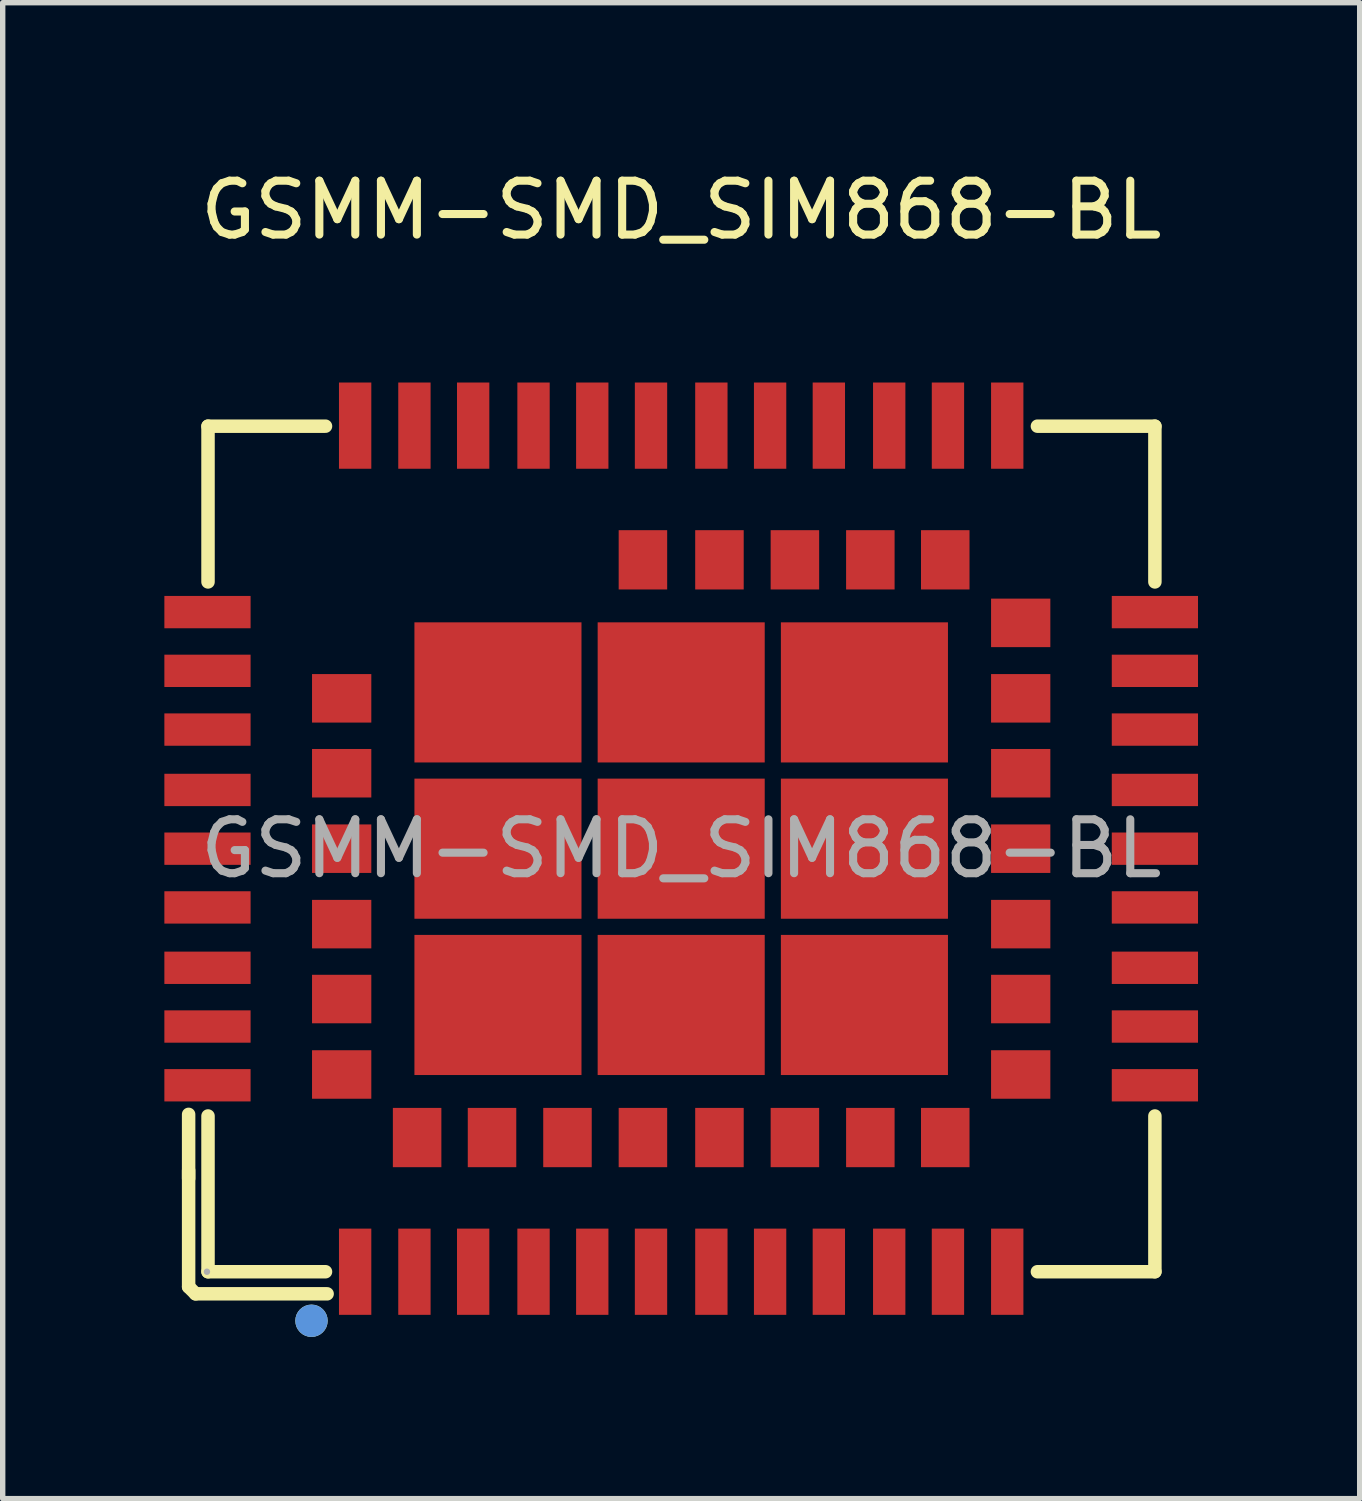
<source format=kicad_pcb>
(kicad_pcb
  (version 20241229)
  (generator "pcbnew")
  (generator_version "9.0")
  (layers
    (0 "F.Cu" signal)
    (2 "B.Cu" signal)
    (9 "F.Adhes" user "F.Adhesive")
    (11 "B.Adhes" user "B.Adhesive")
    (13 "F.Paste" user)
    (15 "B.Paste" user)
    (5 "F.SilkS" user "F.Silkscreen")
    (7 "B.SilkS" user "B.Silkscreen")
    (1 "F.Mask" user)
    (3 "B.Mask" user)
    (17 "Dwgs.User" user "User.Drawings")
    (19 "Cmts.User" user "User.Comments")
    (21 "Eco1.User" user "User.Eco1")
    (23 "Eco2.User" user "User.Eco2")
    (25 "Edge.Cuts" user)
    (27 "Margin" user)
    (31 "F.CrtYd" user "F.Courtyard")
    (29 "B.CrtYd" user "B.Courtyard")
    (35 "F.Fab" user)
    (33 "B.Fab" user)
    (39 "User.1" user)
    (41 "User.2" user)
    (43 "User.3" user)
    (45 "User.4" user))
  (footprint "GSMM-SMD_SIM868-BL"
    (layer "F.Cu")
    (at 9.59 12.698)
    (property "Reference" "GSMM-SMD_SIM868-BL" (at 0 -11.85 0) (layer "F.SilkS") (effects (font (size 1 1) (thickness 0.15))))
    (attr through_hole)
    (fp_line (start -9.14 5.97) (end -9.14 8.13) (stroke (width 0.25) (type solid)) (layer "F.SilkS"))
    (fp_line (start -9.14 6.12) (end -9.14 4.93) (stroke (width 0.25) (type solid)) (layer "F.SilkS"))
    (fp_line (start -9.14 8.13) (end -9.01 8.26) (stroke (width 0.25) (type solid)) (layer "F.SilkS"))
    (fp_line (start -9.01 8.26) (end -6.57 8.26) (stroke (width 0.25) (type solid)) (layer "F.SilkS"))
    (fp_line (start -8.78 -7.84) (end -6.6 -7.84) (stroke (width 0.25) (type solid)) (layer "F.SilkS"))
    (fp_line (start -8.78 -4.95) (end -8.78 -7.84) (stroke (width 0.25) (type solid)) (layer "F.SilkS"))
    (fp_line (start -8.78 7.85) (end -8.78 4.96) (stroke (width 0.25) (type solid)) (layer "F.SilkS"))
    (fp_line (start -6.6 7.85) (end -8.78 7.85) (stroke (width 0.25) (type solid)) (layer "F.SilkS"))
    (fp_line (start 6.61 7.85) (end 8.79 7.85) (stroke (width 0.25) (type solid)) (layer "F.SilkS"))
    (fp_line (start 8.79 -7.84) (end 6.61 -7.84) (stroke (width 0.25) (type solid)) (layer "F.SilkS"))
    (fp_line (start 8.79 -4.95) (end 8.79 -7.84) (stroke (width 0.25) (type solid)) (layer "F.SilkS"))
    (fp_line (start 8.79 7.85) (end 8.79 4.96) (stroke (width 0.25) (type solid)) (layer "F.SilkS"))
    (fp_circle (center -6.86 8.76) (end -6.71 8.76) (stroke (width 0.3) (type solid)) (fill no) (layer "F.SilkS"))
    (fp_circle (center -6.86 8.76) (end -6.71 8.76) (stroke (width 0.3) (type solid)) (fill no) (layer "Cmts.User"))
    (fp_circle (center -8.8 7.85) (end -8.77 7.85) (stroke (width 0.06) (type solid)) (fill no) (layer "F.Fab"))
    (fp_text user "${REFERENCE}" (at 0 0 0) (layer "F.Fab") (effects (font (size 1 1) (thickness 0.15))))
    (pad "1" smd rect (at -6.05 7.85 90) (size 1.6 0.6) (layers "F.Cu" "F.Mask" "F.Paste"))
    (pad "2" smd rect (at -4.95 7.85 90) (size 1.6 0.6) (layers "F.Cu" "F.Mask" "F.Paste"))
    (pad "3" smd rect (at -3.86 7.85 90) (size 1.6 0.6) (layers "F.Cu" "F.Mask" "F.Paste"))
    (pad "4" smd rect (at -2.74 7.85 90) (size 1.6 0.6) (layers "F.Cu" "F.Mask" "F.Paste"))
    (pad "5" smd rect (at -1.65 7.85 90) (size 1.6 0.6) (layers "F.Cu" "F.Mask" "F.Paste"))
    (pad "6" smd rect (at -0.56 7.85 90) (size 1.6 0.6) (layers "F.Cu" "F.Mask" "F.Paste"))
    (pad "7" smd rect (at 0.56 7.85 90) (size 1.6 0.6) (layers "F.Cu" "F.Mask" "F.Paste"))
    (pad "8" smd rect (at 1.65 7.85 90) (size 1.6 0.6) (layers "F.Cu" "F.Mask" "F.Paste"))
    (pad "9" smd rect (at 2.74 7.85 90) (size 1.6 0.6) (layers "F.Cu" "F.Mask" "F.Paste"))
    (pad "10" smd rect (at 3.86 7.85 90) (size 1.6 0.6) (layers "F.Cu" "F.Mask" "F.Paste"))
    (pad "11" smd rect (at 4.95 7.85 90) (size 1.6 0.6) (layers "F.Cu" "F.Mask" "F.Paste"))
    (pad "12" smd rect (at 6.05 7.85 90) (size 1.6 0.6) (layers "F.Cu" "F.Mask" "F.Paste"))
    (pad "13" smd rect (at 8.79 4.39 180) (size 1.6 0.6) (layers "F.Cu" "F.Mask" "F.Paste"))
    (pad "14" smd rect (at 8.79 3.3 180) (size 1.6 0.6) (layers "F.Cu" "F.Mask" "F.Paste"))
    (pad "15" smd rect (at 8.79 2.21 180) (size 1.6 0.6) (layers "F.Cu" "F.Mask" "F.Paste"))
    (pad "16" smd rect (at 8.79 1.09 180) (size 1.6 0.6) (layers "F.Cu" "F.Mask" "F.Paste"))
    (pad "17" smd rect (at 8.79 0 180) (size 1.6 0.6) (layers "F.Cu" "F.Mask" "F.Paste"))
    (pad "18" smd rect (at 8.79 -1.09 180) (size 1.6 0.6) (layers "F.Cu" "F.Mask" "F.Paste"))
    (pad "19" smd rect (at 8.79 -2.21 180) (size 1.6 0.6) (layers "F.Cu" "F.Mask" "F.Paste"))
    (pad "20" smd rect (at 8.79 -3.3 180) (size 1.6 0.6) (layers "F.Cu" "F.Mask" "F.Paste"))
    (pad "21" smd rect (at 8.79 -4.39 180) (size 1.6 0.6) (layers "F.Cu" "F.Mask" "F.Paste"))
    (pad "22" smd rect (at 6.05 -7.85 270) (size 1.6 0.6) (layers "F.Cu" "F.Mask" "F.Paste"))
    (pad "23" smd rect (at 4.95 -7.85 270) (size 1.6 0.6) (layers "F.Cu" "F.Mask" "F.Paste"))
    (pad "24" smd rect (at 3.86 -7.85 270) (size 1.6 0.6) (layers "F.Cu" "F.Mask" "F.Paste"))
    (pad "25" smd rect (at 2.74 -7.85 270) (size 1.6 0.6) (layers "F.Cu" "F.Mask" "F.Paste"))
    (pad "26" smd rect (at 1.65 -7.85 270) (size 1.6 0.6) (layers "F.Cu" "F.Mask" "F.Paste"))
    (pad "27" smd rect (at 0.56 -7.85 270) (size 1.6 0.6) (layers "F.Cu" "F.Mask" "F.Paste"))
    (pad "28" smd rect (at -0.56 -7.85 270) (size 1.6 0.6) (layers "F.Cu" "F.Mask" "F.Paste"))
    (pad "29" smd rect (at -1.65 -7.85 270) (size 1.6 0.6) (layers "F.Cu" "F.Mask" "F.Paste"))
    (pad "30" smd rect (at -2.74 -7.85 270) (size 1.6 0.6) (layers "F.Cu" "F.Mask" "F.Paste"))
    (pad "31" smd rect (at -3.86 -7.85 270) (size 1.6 0.6) (layers "F.Cu" "F.Mask" "F.Paste"))
    (pad "32" smd rect (at -4.95 -7.85 270) (size 1.6 0.6) (layers "F.Cu" "F.Mask" "F.Paste"))
    (pad "33" smd rect (at -6.05 -7.85 270) (size 1.6 0.6) (layers "F.Cu" "F.Mask" "F.Paste"))
    (pad "34" smd rect (at -8.79 -4.39) (size 1.6 0.6) (layers "F.Cu" "F.Mask" "F.Paste"))
    (pad "35" smd rect (at -8.79 -3.3) (size 1.6 0.6) (layers "F.Cu" "F.Mask" "F.Paste"))
    (pad "36" smd rect (at -8.79 -2.21) (size 1.6 0.6) (layers "F.Cu" "F.Mask" "F.Paste"))
    (pad "37" smd rect (at -8.79 -1.09) (size 1.6 0.6) (layers "F.Cu" "F.Mask" "F.Paste"))
    (pad "38" smd rect (at -8.79 0) (size 1.6 0.6) (layers "F.Cu" "F.Mask" "F.Paste"))
    (pad "39" smd rect (at -8.79 1.09) (size 1.6 0.6) (layers "F.Cu" "F.Mask" "F.Paste"))
    (pad "40" smd rect (at -8.79 2.21) (size 1.6 0.6) (layers "F.Cu" "F.Mask" "F.Paste"))
    (pad "41" smd rect (at -8.79 3.3) (size 1.6 0.6) (layers "F.Cu" "F.Mask" "F.Paste"))
    (pad "42" smd rect (at -8.79 4.39) (size 1.6 0.6) (layers "F.Cu" "F.Mask" "F.Paste"))
    (pad "43" smd rect (at -4.9 5.36 90) (size 1.1 0.9) (layers "F.Cu" "F.Mask" "F.Paste"))
    (pad "44" smd rect (at -3.51 5.36 90) (size 1.1 0.9) (layers "F.Cu" "F.Mask" "F.Paste"))
    (pad "45" smd rect (at -2.11 5.36 90) (size 1.1 0.9) (layers "F.Cu" "F.Mask" "F.Paste"))
    (pad "46" smd rect (at -0.71 5.36 90) (size 1.1 0.9) (layers "F.Cu" "F.Mask" "F.Paste"))
    (pad "47" smd rect (at 0.71 5.36 90) (size 1.1 0.9) (layers "F.Cu" "F.Mask" "F.Paste"))
    (pad "48" smd rect (at 2.11 5.36 90) (size 1.1 0.9) (layers "F.Cu" "F.Mask" "F.Paste"))
    (pad "49" smd rect (at 3.51 5.36 90) (size 1.1 0.9) (layers "F.Cu" "F.Mask" "F.Paste"))
    (pad "50" smd rect (at 4.9 5.36 90) (size 1.1 0.9) (layers "F.Cu" "F.Mask" "F.Paste"))
    (pad "51" smd rect (at 6.3 4.19 180) (size 1.1 0.9) (layers "F.Cu" "F.Mask" "F.Paste"))
    (pad "52" smd rect (at 6.3 2.79 180) (size 1.1 0.9) (layers "F.Cu" "F.Mask" "F.Paste"))
    (pad "53" smd rect (at 6.3 1.4 180) (size 1.1 0.9) (layers "F.Cu" "F.Mask" "F.Paste"))
    (pad "54" smd rect (at 6.3 0 180) (size 1.1 0.9) (layers "F.Cu" "F.Mask" "F.Paste"))
    (pad "55" smd rect (at 6.3 -1.4 180) (size 1.1 0.9) (layers "F.Cu" "F.Mask" "F.Paste"))
    (pad "56" smd rect (at 6.3 -2.79 180) (size 1.1 0.9) (layers "F.Cu" "F.Mask" "F.Paste"))
    (pad "57" smd rect (at 6.3 -4.19 180) (size 1.1 0.9) (layers "F.Cu" "F.Mask" "F.Paste"))
    (pad "58" smd rect (at 4.9 -5.36 270) (size 1.1 0.9) (layers "F.Cu" "F.Mask" "F.Paste"))
    (pad "59" smd rect (at 3.51 -5.36 270) (size 1.1 0.9) (layers "F.Cu" "F.Mask" "F.Paste"))
    (pad "60" smd rect (at 2.11 -5.36 270) (size 1.1 0.9) (layers "F.Cu" "F.Mask" "F.Paste"))
    (pad "61" smd rect (at 0.71 -5.36 270) (size 1.1 0.9) (layers "F.Cu" "F.Mask" "F.Paste"))
    (pad "62" smd rect (at -0.71 -5.36 270) (size 1.1 0.9) (layers "F.Cu" "F.Mask" "F.Paste"))
    (pad "63" smd rect (at -6.3 -2.79) (size 1.1 0.9) (layers "F.Cu" "F.Mask" "F.Paste"))
    (pad "64" smd rect (at -6.3 -1.4) (size 1.1 0.9) (layers "F.Cu" "F.Mask" "F.Paste"))
    (pad "65" smd rect (at -6.3 0) (size 1.1 0.9) (layers "F.Cu" "F.Mask" "F.Paste"))
    (pad "66" smd rect (at -6.3 1.4) (size 1.1 0.9) (layers "F.Cu" "F.Mask" "F.Paste"))
    (pad "67" smd rect (at -6.3 2.79) (size 1.1 0.9) (layers "F.Cu" "F.Mask" "F.Paste"))
    (pad "68" smd rect (at -6.3 4.19) (size 1.1 0.9) (layers "F.Cu" "F.Mask" "F.Paste"))
    (pad "69" smd rect (at -3.4 2.9 90) (size 2.6 3.1) (layers "F.Cu" "F.Mask" "F.Paste"))
    (pad "70" smd rect (at 0 2.9 90) (size 2.6 3.1) (layers "F.Cu" "F.Mask" "F.Paste"))
    (pad "71" smd rect (at 3.4 2.9 90) (size 2.6 3.1) (layers "F.Cu" "F.Mask" "F.Paste"))
    (pad "72" smd rect (at 3.4 0 90) (size 2.6 3.1) (layers "F.Cu" "F.Mask" "F.Paste"))
    (pad "73" smd rect (at 3.4 -2.9 90) (size 2.6 3.1) (layers "F.Cu" "F.Mask" "F.Paste"))
    (pad "74" smd rect (at 0 -2.9 90) (size 2.6 3.1) (layers "F.Cu" "F.Mask" "F.Paste"))
    (pad "75" smd rect (at -3.4 -2.9 90) (size 2.6 3.1) (layers "F.Cu" "F.Mask" "F.Paste"))
    (pad "76" smd rect (at -3.4 0 90) (size 2.6 3.1) (layers "F.Cu" "F.Mask" "F.Paste"))
    (pad "77" smd rect (at 0 0 90) (size 2.6 3.1) (layers "F.Cu" "F.Mask" "F.Paste")))
  (gr_rect
    (start -3 -3)
    (end 22.18 24.758)
    (stroke (width 0.1) (type default))
    (fill no)
    (layer "Edge.Cuts")))
</source>
